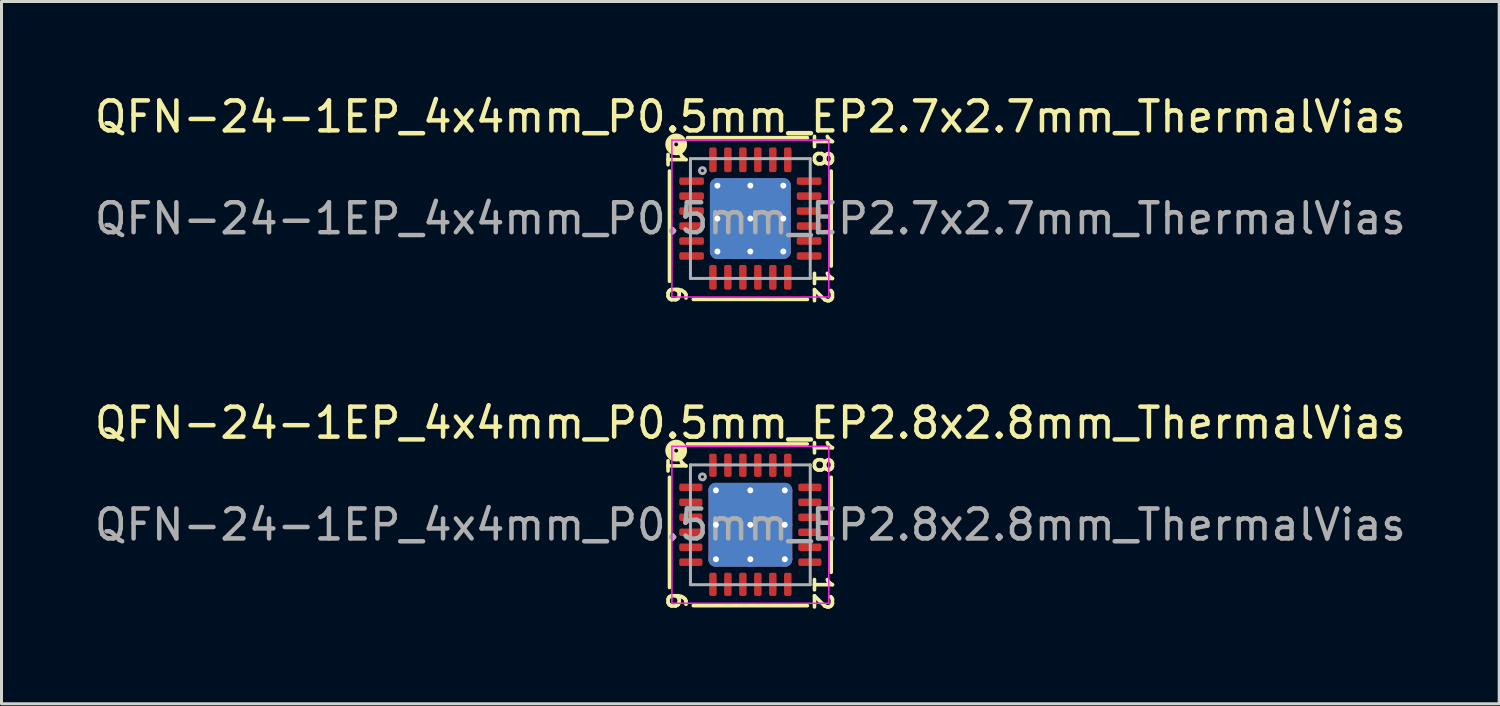
<source format=kicad_pcb>
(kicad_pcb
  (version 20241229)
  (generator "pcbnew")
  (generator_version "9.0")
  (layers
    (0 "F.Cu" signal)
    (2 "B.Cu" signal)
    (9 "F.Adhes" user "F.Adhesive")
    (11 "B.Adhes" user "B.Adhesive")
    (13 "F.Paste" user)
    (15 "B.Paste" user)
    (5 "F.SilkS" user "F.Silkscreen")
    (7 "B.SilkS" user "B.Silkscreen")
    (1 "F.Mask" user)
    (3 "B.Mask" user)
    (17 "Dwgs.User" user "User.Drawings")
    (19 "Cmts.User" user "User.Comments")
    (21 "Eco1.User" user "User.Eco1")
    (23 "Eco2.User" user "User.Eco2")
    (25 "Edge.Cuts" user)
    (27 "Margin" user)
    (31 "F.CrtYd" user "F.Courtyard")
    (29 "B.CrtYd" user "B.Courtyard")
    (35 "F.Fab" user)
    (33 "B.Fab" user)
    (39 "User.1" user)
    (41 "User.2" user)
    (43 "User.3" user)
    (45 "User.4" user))
  (footprint "QFN-24-1EP_4x4mm_P0.5mm_EP2.7x2.7mm_ThermalVias"
    (layer "F.Cu")
    (at 22.006 4.248)
    (property "Reference" "QFN-24-1EP_4x4mm_P0.5mm_EP2.7x2.7mm_ThermalVias" (at 0 -3.4 0) (layer "F.SilkS") (effects (font (size 1 1) (thickness 0.15))))
    (attr smd)
    (fp_line (start -2.7 -1.587) (end -2.7 2.095) (stroke (width 0.12) (type solid)) (layer "F.SilkS"))
    (fp_line (start -1.905 2.7) (end 1.905 2.7) (stroke (width 0.12) (type solid)) (layer "F.SilkS"))
    (fp_line (start 1.905 -2.7) (end -2.095 -2.7) (stroke (width 0.12) (type solid)) (layer "F.SilkS"))
    (fp_line (start 2.7 1.587) (end 2.7 -1.587) (stroke (width 0.12) (type solid)) (layer "F.SilkS"))
    (fp_circle (center -2.477 -2.477) (end -2.413 -2.477) (stroke (width 0.3) (type solid)) (fill no) (layer "F.SilkS"))
    (fp_line (start -2.62 -2.62) (end -2.62 2.62) (stroke (width 0.05) (type solid)) (layer "F.CrtYd"))
    (fp_line (start -2.62 2.62) (end 2.62 2.62) (stroke (width 0.05) (type solid)) (layer "F.CrtYd"))
    (fp_line (start 2.62 -2.62) (end -2.62 -2.62) (stroke (width 0.05) (type solid)) (layer "F.CrtYd"))
    (fp_line (start 2.62 2.62) (end 2.62 -2.62) (stroke (width 0.05) (type solid)) (layer "F.CrtYd"))
    (fp_line (start -2 -2) (end 2 -2) (stroke (width 0.1) (type solid)) (layer "F.Fab"))
    (fp_line (start -2 2) (end -2 -2) (stroke (width 0.1) (type solid)) (layer "F.Fab"))
    (fp_line (start 2 -2) (end 2 2) (stroke (width 0.1) (type solid)) (layer "F.Fab"))
    (fp_line (start 2 2) (end -2 2) (stroke (width 0.1) (type solid)) (layer "F.Fab"))
    (fp_circle (center -1.6 -1.6) (end -1.5 -1.6) (stroke (width 0.1) (type solid)) (fill no) (layer "F.Fab"))
    (fp_text user "12" (at 2.413 2.286 270) (unlocked yes) (layer "F.SilkS") (effects (font (size 0.6 0.6) (thickness 0.12))))
    (fp_text user "1" (at -2.477 -1.968 270) (unlocked yes) (layer "F.SilkS") (effects (font (size 0.6 0.6) (thickness 0.12))))
    (fp_text user "18" (at 2.413 -2.286 270) (unlocked yes) (layer "F.SilkS") (effects (font (size 0.6 0.6) (thickness 0.12))))
    (fp_text user "6" (at -2.477 2.54 270) (unlocked yes) (layer "F.SilkS") (effects (font (size 0.6 0.6) (thickness 0.12))))
    (fp_text user "${REFERENCE}" (at 0 0 0) (layer "F.Fab") (effects (font (size 1 1) (thickness 0.15))))
    (pad "" smd roundrect (at -0.675 -0.675) (size 1.17 1.17) (layers "F.Paste") (roundrect_rratio 0.214))
    (pad "" smd roundrect (at -0.675 0.675) (size 1.17 1.17) (layers "F.Paste") (roundrect_rratio 0.214))
    (pad "" smd roundrect (at 0.675 -0.675) (size 1.17 1.17) (layers "F.Paste") (roundrect_rratio 0.214))
    (pad "" smd roundrect (at 0.675 0.675) (size 1.17 1.17) (layers "F.Paste") (roundrect_rratio 0.214))
    (pad "1" smd roundrect (at -1.962 -1.25) (size 0.825 0.25) (layers "F.Cu" "F.Mask" "F.Paste") (roundrect_rratio 0.25))
    (pad "2" smd roundrect (at -1.962 -0.75) (size 0.825 0.25) (layers "F.Cu" "F.Mask" "F.Paste") (roundrect_rratio 0.25))
    (pad "3" smd roundrect (at -1.962 -0.25) (size 0.825 0.25) (layers "F.Cu" "F.Mask" "F.Paste") (roundrect_rratio 0.25))
    (pad "4" smd roundrect (at -1.962 0.25) (size 0.825 0.25) (layers "F.Cu" "F.Mask" "F.Paste") (roundrect_rratio 0.25))
    (pad "5" smd roundrect (at -1.962 0.75) (size 0.825 0.25) (layers "F.Cu" "F.Mask" "F.Paste") (roundrect_rratio 0.25))
    (pad "6" smd roundrect (at -1.962 1.25) (size 0.825 0.25) (layers "F.Cu" "F.Mask" "F.Paste") (roundrect_rratio 0.25))
    (pad "7" smd roundrect (at -1.25 1.962) (size 0.25 0.825) (layers "F.Cu" "F.Mask" "F.Paste") (roundrect_rratio 0.25))
    (pad "8" smd roundrect (at -0.75 1.962) (size 0.25 0.825) (layers "F.Cu" "F.Mask" "F.Paste") (roundrect_rratio 0.25))
    (pad "9" smd roundrect (at -0.25 1.962) (size 0.25 0.825) (layers "F.Cu" "F.Mask" "F.Paste") (roundrect_rratio 0.25))
    (pad "10" smd roundrect (at 0.25 1.962) (size 0.25 0.825) (layers "F.Cu" "F.Mask" "F.Paste") (roundrect_rratio 0.25))
    (pad "11" smd roundrect (at 0.75 1.962) (size 0.25 0.825) (layers "F.Cu" "F.Mask" "F.Paste") (roundrect_rratio 0.25))
    (pad "12" smd roundrect (at 1.25 1.962) (size 0.25 0.825) (layers "F.Cu" "F.Mask" "F.Paste") (roundrect_rratio 0.25))
    (pad "13" smd roundrect (at 1.962 1.25) (size 0.825 0.25) (layers "F.Cu" "F.Mask" "F.Paste") (roundrect_rratio 0.25))
    (pad "14" smd roundrect (at 1.962 0.75) (size 0.825 0.25) (layers "F.Cu" "F.Mask" "F.Paste") (roundrect_rratio 0.25))
    (pad "15" smd roundrect (at 1.962 0.25) (size 0.825 0.25) (layers "F.Cu" "F.Mask" "F.Paste") (roundrect_rratio 0.25))
    (pad "16" smd roundrect (at 1.962 -0.25) (size 0.825 0.25) (layers "F.Cu" "F.Mask" "F.Paste") (roundrect_rratio 0.25))
    (pad "17" smd roundrect (at 1.962 -0.75) (size 0.825 0.25) (layers "F.Cu" "F.Mask" "F.Paste") (roundrect_rratio 0.25))
    (pad "18" smd roundrect (at 1.962 -1.25) (size 0.825 0.25) (layers "F.Cu" "F.Mask" "F.Paste") (roundrect_rratio 0.25))
    (pad "19" smd roundrect (at 1.25 -1.962) (size 0.25 0.825) (layers "F.Cu" "F.Mask" "F.Paste") (roundrect_rratio 0.25))
    (pad "20" smd roundrect (at 0.75 -1.962) (size 0.25 0.825) (layers "F.Cu" "F.Mask" "F.Paste") (roundrect_rratio 0.25))
    (pad "21" smd roundrect (at 0.25 -1.962) (size 0.25 0.825) (layers "F.Cu" "F.Mask" "F.Paste") (roundrect_rratio 0.25))
    (pad "22" smd roundrect (at -0.25 -1.962) (size 0.25 0.825) (layers "F.Cu" "F.Mask" "F.Paste") (roundrect_rratio 0.25))
    (pad "23" smd roundrect (at -0.75 -1.962) (size 0.25 0.825) (layers "F.Cu" "F.Mask" "F.Paste") (roundrect_rratio 0.25))
    (pad "24" smd roundrect (at -1.25 -1.962) (size 0.25 0.825) (layers "F.Cu" "F.Mask" "F.Paste") (roundrect_rratio 0.25))
    (pad "25" thru_hole circle (at -1.1 -1.1) (size 0.5 0.5) (drill 0.2) (property pad_prop_heatsink) (layers "*.Cu"))
    (pad "25" thru_hole circle (at -1.1 0) (size 0.5 0.5) (drill 0.2) (property pad_prop_heatsink) (layers "*.Cu"))
    (pad "25" thru_hole circle (at -1.1 1.1) (size 0.5 0.5) (drill 0.2) (property pad_prop_heatsink) (layers "*.Cu"))
    (pad "25" thru_hole circle (at 0 -1.1) (size 0.5 0.5) (drill 0.2) (property pad_prop_heatsink) (layers "*.Cu"))
    (pad "25" thru_hole circle (at 0 0) (size 0.5 0.5) (drill 0.2) (property pad_prop_heatsink) (layers "*.Cu"))
    (pad "25" smd roundrect (at 0 0) (size 2.7 2.7) (layers "F.Cu" "F.Mask") (roundrect_rratio 0.093))
    (pad "25" smd roundrect (at 0 0) (size 2.7 2.7) (layers "B.Cu" "B.Mask") (roundrect_rratio 0.093))
    (pad "25" thru_hole circle (at 0 1.1) (size 0.5 0.5) (drill 0.2) (property pad_prop_heatsink) (layers "*.Cu"))
    (pad "25" thru_hole circle (at 1.1 -1.1) (size 0.5 0.5) (drill 0.2) (property pad_prop_heatsink) (layers "*.Cu"))
    (pad "25" thru_hole circle (at 1.1 0) (size 0.5 0.5) (drill 0.2) (property pad_prop_heatsink) (layers "*.Cu"))
    (pad "25" thru_hole circle (at 1.1 1.1) (size 0.5 0.5) (drill 0.2) (property pad_prop_heatsink) (layers "*.Cu")))
  (footprint "QFN-24-1EP_4x4mm_P0.5mm_EP2.8x2.8mm_ThermalVias"
    (layer "F.Cu")
    (at 22.006 14.474)
    (property "Reference" "QFN-24-1EP_4x4mm_P0.5mm_EP2.8x2.8mm_ThermalVias" (at 0 -3.4 0) (layer "F.SilkS") (effects (font (size 1 1) (thickness 0.15))))
    (attr smd)
    (fp_line (start -2.7 -1.587) (end -2.7 2.095) (stroke (width 0.12) (type solid)) (layer "F.SilkS"))
    (fp_line (start -1.905 2.7) (end 1.905 2.7) (stroke (width 0.12) (type solid)) (layer "F.SilkS"))
    (fp_line (start 1.9 -2.7) (end -2.1 -2.7) (stroke (width 0.12) (type solid)) (layer "F.SilkS"))
    (fp_line (start 2.7 1.587) (end 2.7 -1.587) (stroke (width 0.12) (type solid)) (layer "F.SilkS"))
    (fp_circle (center -2.477 -2.477) (end -2.413 -2.477) (stroke (width 0.3) (type solid)) (fill no) (layer "F.SilkS"))
    (fp_line (start -2.62 -2.62) (end -2.62 2.62) (stroke (width 0.05) (type solid)) (layer "F.CrtYd"))
    (fp_line (start -2.62 2.62) (end 2.62 2.62) (stroke (width 0.05) (type solid)) (layer "F.CrtYd"))
    (fp_line (start 2.62 -2.62) (end -2.62 -2.62) (stroke (width 0.05) (type solid)) (layer "F.CrtYd"))
    (fp_line (start 2.62 2.62) (end 2.62 -2.62) (stroke (width 0.05) (type solid)) (layer "F.CrtYd"))
    (fp_line (start -2 -2) (end 2 -2) (stroke (width 0.1) (type solid)) (layer "F.Fab"))
    (fp_line (start -2 2) (end -2 -2) (stroke (width 0.1) (type solid)) (layer "F.Fab"))
    (fp_line (start 2 -2) (end 2 2) (stroke (width 0.1) (type solid)) (layer "F.Fab"))
    (fp_line (start 2 2) (end -2 2) (stroke (width 0.1) (type solid)) (layer "F.Fab"))
    (fp_circle (center -1.6 -1.6) (end -1.5 -1.6) (stroke (width 0.1) (type solid)) (fill no) (layer "F.Fab"))
    (fp_text user "1" (at -2.477 -1.968 270) (unlocked yes) (layer "F.SilkS") (effects (font (size 0.6 0.6) (thickness 0.12))))
    (fp_text user "12" (at 2.413 2.286 270) (unlocked yes) (layer "F.SilkS") (effects (font (size 0.6 0.6) (thickness 0.12))))
    (fp_text user "18" (at 2.413 -2.286 270) (unlocked yes) (layer "F.SilkS") (effects (font (size 0.6 0.6) (thickness 0.12))))
    (fp_text user "6" (at -2.477 2.54 270) (unlocked yes) (layer "F.SilkS") (effects (font (size 0.6 0.6) (thickness 0.12))))
    (fp_text user "${REFERENCE}" (at 0 0 0) (layer "F.Fab") (effects (font (size 1 1) (thickness 0.15))))
    (pad "" smd roundrect (at -0.7 -0.7) (size 1.21 1.21) (layers "F.Paste") (roundrect_rratio 0.207))
    (pad "" smd roundrect (at -0.7 0.7) (size 1.21 1.21) (layers "F.Paste") (roundrect_rratio 0.207))
    (pad "" smd roundrect (at 0.7 -0.7) (size 1.21 1.21) (layers "F.Paste") (roundrect_rratio 0.207))
    (pad "" smd roundrect (at 0.7 0.7) (size 1.21 1.21) (layers "F.Paste") (roundrect_rratio 0.207))
    (pad "1" smd roundrect (at -1.988 -1.25) (size 0.775 0.25) (layers "F.Cu" "F.Mask" "F.Paste") (roundrect_rratio 0.25))
    (pad "2" smd roundrect (at -1.988 -0.75) (size 0.775 0.25) (layers "F.Cu" "F.Mask" "F.Paste") (roundrect_rratio 0.25))
    (pad "3" smd roundrect (at -1.988 -0.25) (size 0.775 0.25) (layers "F.Cu" "F.Mask" "F.Paste") (roundrect_rratio 0.25))
    (pad "4" smd roundrect (at -1.988 0.25) (size 0.775 0.25) (layers "F.Cu" "F.Mask" "F.Paste") (roundrect_rratio 0.25))
    (pad "5" smd roundrect (at -1.988 0.75) (size 0.775 0.25) (layers "F.Cu" "F.Mask" "F.Paste") (roundrect_rratio 0.25))
    (pad "6" smd roundrect (at -1.988 1.25) (size 0.775 0.25) (layers "F.Cu" "F.Mask" "F.Paste") (roundrect_rratio 0.25))
    (pad "7" smd roundrect (at -1.25 1.988) (size 0.25 0.775) (layers "F.Cu" "F.Mask" "F.Paste") (roundrect_rratio 0.25))
    (pad "8" smd roundrect (at -0.75 1.988) (size 0.25 0.775) (layers "F.Cu" "F.Mask" "F.Paste") (roundrect_rratio 0.25))
    (pad "9" smd roundrect (at -0.25 1.988) (size 0.25 0.775) (layers "F.Cu" "F.Mask" "F.Paste") (roundrect_rratio 0.25))
    (pad "10" smd roundrect (at 0.25 1.988) (size 0.25 0.775) (layers "F.Cu" "F.Mask" "F.Paste") (roundrect_rratio 0.25))
    (pad "11" smd roundrect (at 0.75 1.988) (size 0.25 0.775) (layers "F.Cu" "F.Mask" "F.Paste") (roundrect_rratio 0.25))
    (pad "12" smd roundrect (at 1.25 1.988) (size 0.25 0.775) (layers "F.Cu" "F.Mask" "F.Paste") (roundrect_rratio 0.25))
    (pad "13" smd roundrect (at 1.988 1.25) (size 0.775 0.25) (layers "F.Cu" "F.Mask" "F.Paste") (roundrect_rratio 0.25))
    (pad "14" smd roundrect (at 1.988 0.75) (size 0.775 0.25) (layers "F.Cu" "F.Mask" "F.Paste") (roundrect_rratio 0.25))
    (pad "15" smd roundrect (at 1.988 0.25) (size 0.775 0.25) (layers "F.Cu" "F.Mask" "F.Paste") (roundrect_rratio 0.25))
    (pad "16" smd roundrect (at 1.988 -0.25) (size 0.775 0.25) (layers "F.Cu" "F.Mask" "F.Paste") (roundrect_rratio 0.25))
    (pad "17" smd roundrect (at 1.988 -0.75) (size 0.775 0.25) (layers "F.Cu" "F.Mask" "F.Paste") (roundrect_rratio 0.25))
    (pad "18" smd roundrect (at 1.988 -1.25) (size 0.775 0.25) (layers "F.Cu" "F.Mask" "F.Paste") (roundrect_rratio 0.25))
    (pad "19" smd roundrect (at 1.25 -1.988) (size 0.25 0.775) (layers "F.Cu" "F.Mask" "F.Paste") (roundrect_rratio 0.25))
    (pad "20" smd roundrect (at 0.75 -1.988) (size 0.25 0.775) (layers "F.Cu" "F.Mask" "F.Paste") (roundrect_rratio 0.25))
    (pad "21" smd roundrect (at 0.25 -1.988) (size 0.25 0.775) (layers "F.Cu" "F.Mask" "F.Paste") (roundrect_rratio 0.25))
    (pad "22" smd roundrect (at -0.25 -1.988) (size 0.25 0.775) (layers "F.Cu" "F.Mask" "F.Paste") (roundrect_rratio 0.25))
    (pad "23" smd roundrect (at -0.75 -1.988) (size 0.25 0.775) (layers "F.Cu" "F.Mask" "F.Paste") (roundrect_rratio 0.25))
    (pad "24" smd roundrect (at -1.25 -1.988) (size 0.25 0.775) (layers "F.Cu" "F.Mask" "F.Paste") (roundrect_rratio 0.25))
    (pad "25" thru_hole circle (at -1.15 -1.15) (size 0.5 0.5) (drill 0.2) (property pad_prop_heatsink) (layers "*.Cu"))
    (pad "25" thru_hole circle (at -1.15 0) (size 0.5 0.5) (drill 0.2) (property pad_prop_heatsink) (layers "*.Cu"))
    (pad "25" thru_hole circle (at -1.15 1.15) (size 0.5 0.5) (drill 0.2) (property pad_prop_heatsink) (layers "*.Cu"))
    (pad "25" thru_hole circle (at 0 -1.15) (size 0.5 0.5) (drill 0.2) (property pad_prop_heatsink) (layers "*.Cu"))
    (pad "25" thru_hole circle (at 0 0) (size 0.5 0.5) (drill 0.2) (property pad_prop_heatsink) (layers "*.Cu"))
    (pad "25" smd roundrect (at 0 0) (size 2.8 2.8) (layers "F.Cu" "F.Mask") (roundrect_rratio 0.089))
    (pad "25" smd roundrect (at 0 0) (size 2.8 2.8) (layers "B.Cu" "B.Mask") (roundrect_rratio 0.089))
    (pad "25" thru_hole circle (at 0 1.15) (size 0.5 0.5) (drill 0.2) (property pad_prop_heatsink) (layers "*.Cu"))
    (pad "25" thru_hole circle (at 1.15 -1.15) (size 0.5 0.5) (drill 0.2) (property pad_prop_heatsink) (layers "*.Cu"))
    (pad "25" thru_hole circle (at 1.15 0) (size 0.5 0.5) (drill 0.2) (property pad_prop_heatsink) (layers "*.Cu"))
    (pad "25" thru_hole circle (at 1.15 1.15) (size 0.5 0.5) (drill 0.2) (property pad_prop_heatsink) (layers "*.Cu")))
  (gr_rect
    (start -3 -3)
    (end 47.012 20.451)
    (stroke (width 0.1) (type default))
    (fill no)
    (layer "Edge.Cuts")))
</source>
